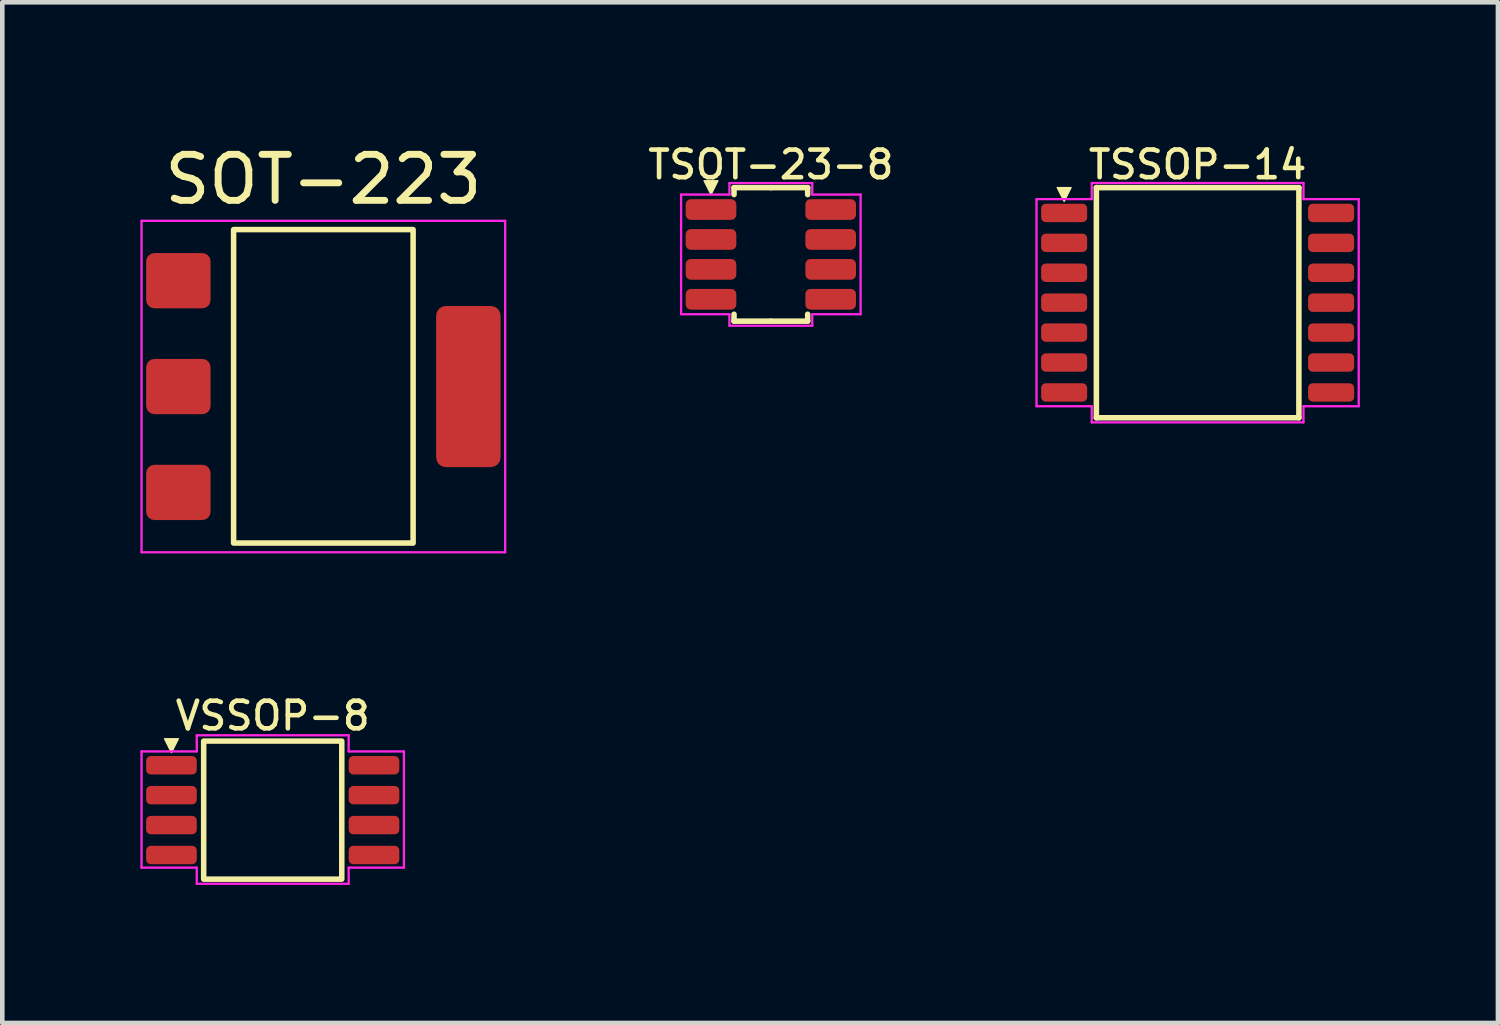
<source format=kicad_pcb>
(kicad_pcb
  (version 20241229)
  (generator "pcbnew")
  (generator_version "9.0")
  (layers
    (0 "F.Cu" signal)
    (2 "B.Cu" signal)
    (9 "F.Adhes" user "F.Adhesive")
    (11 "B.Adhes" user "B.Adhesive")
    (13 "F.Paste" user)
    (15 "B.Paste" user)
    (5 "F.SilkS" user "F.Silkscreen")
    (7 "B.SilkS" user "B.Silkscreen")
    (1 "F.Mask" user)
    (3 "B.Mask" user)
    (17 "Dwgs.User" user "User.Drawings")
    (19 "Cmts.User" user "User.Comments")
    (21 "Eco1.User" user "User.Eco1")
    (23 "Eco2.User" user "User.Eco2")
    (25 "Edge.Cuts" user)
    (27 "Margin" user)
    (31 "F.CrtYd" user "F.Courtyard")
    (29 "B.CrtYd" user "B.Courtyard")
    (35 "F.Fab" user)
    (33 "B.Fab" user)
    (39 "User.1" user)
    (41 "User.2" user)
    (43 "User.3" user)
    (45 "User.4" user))
  (footprint "TSSOP-14"
    (layer "F.Cu")
    (at 22.969 3.526)
    (property "Reference" "TSSOP-14" (at 0 -3 0) (layer "F.SilkS") (effects (font (size 0.6 0.6) (thickness 0.1))))
    (attr smd)
    (fp_line (start -2.2 -2.5) (end -2.2 2.5) (stroke (width 0.12) (type solid)) (layer "F.SilkS"))
    (fp_line (start 2.2 -2.5) (end -2.2 -2.5) (stroke (width 0.12) (type solid)) (layer "F.SilkS"))
    (fp_line (start 2.2 -2.5) (end 2.2 2.5) (stroke (width 0.12) (type solid)) (layer "F.SilkS"))
    (fp_line (start 2.2 2.5) (end -2.2 2.5) (stroke (width 0.12) (type solid)) (layer "F.SilkS"))
    (fp_poly (pts (xy -2.9 -2.2) (xy -3.05 -2.5) (xy -2.75 -2.5)) (stroke (width 0.03) (type solid)) (fill yes) (layer "F.SilkS"))
    (fp_line (start -3.5 -2.25) (end -2.3 -2.25) (stroke (width 0.05) (type solid)) (layer "F.CrtYd"))
    (fp_line (start -3.5 2.25) (end -3.5 -2.25) (stroke (width 0.05) (type solid)) (layer "F.CrtYd"))
    (fp_line (start -2.3 -2.6) (end 2.3 -2.6) (stroke (width 0.05) (type solid)) (layer "F.CrtYd"))
    (fp_line (start -2.3 -2.25) (end -2.3 -2.6) (stroke (width 0.05) (type solid)) (layer "F.CrtYd"))
    (fp_line (start -2.3 2.25) (end -3.5 2.25) (stroke (width 0.05) (type solid)) (layer "F.CrtYd"))
    (fp_line (start -2.3 2.6) (end -2.3 2.25) (stroke (width 0.05) (type solid)) (layer "F.CrtYd"))
    (fp_line (start 2.3 -2.6) (end 2.3 -2.25) (stroke (width 0.05) (type solid)) (layer "F.CrtYd"))
    (fp_line (start 2.3 -2.25) (end 3.5 -2.25) (stroke (width 0.05) (type solid)) (layer "F.CrtYd"))
    (fp_line (start 2.3 2.25) (end 2.3 2.6) (stroke (width 0.05) (type solid)) (layer "F.CrtYd"))
    (fp_line (start 2.3 2.6) (end -2.3 2.6) (stroke (width 0.05) (type solid)) (layer "F.CrtYd"))
    (fp_line (start 3.5 -2.25) (end 3.5 2.25) (stroke (width 0.05) (type solid)) (layer "F.CrtYd"))
    (fp_line (start 3.5 2.25) (end 2.3 2.25) (stroke (width 0.05) (type solid)) (layer "F.CrtYd"))
    (pad "1" smd roundrect (at -2.9 -1.95) (size 1 0.4) (layers "F.Cu" "F.Mask" "F.Paste") (roundrect_rratio 0.25))
    (pad "2" smd roundrect (at -2.9 -1.3) (size 1 0.4) (layers "F.Cu" "F.Mask" "F.Paste") (roundrect_rratio 0.25))
    (pad "3" smd roundrect (at -2.9 -0.65) (size 1 0.4) (layers "F.Cu" "F.Mask" "F.Paste") (roundrect_rratio 0.25))
    (pad "4" smd roundrect (at -2.9 0) (size 1 0.4) (layers "F.Cu" "F.Mask" "F.Paste") (roundrect_rratio 0.25))
    (pad "5" smd roundrect (at -2.9 0.65) (size 1 0.4) (layers "F.Cu" "F.Mask" "F.Paste") (roundrect_rratio 0.25))
    (pad "6" smd roundrect (at -2.9 1.3) (size 1 0.4) (layers "F.Cu" "F.Mask" "F.Paste") (roundrect_rratio 0.25))
    (pad "7" smd roundrect (at -2.9 1.95) (size 1 0.4) (layers "F.Cu" "F.Mask" "F.Paste") (roundrect_rratio 0.25))
    (pad "8" smd roundrect (at 2.9 1.95) (size 1 0.4) (layers "F.Cu" "F.Mask" "F.Paste") (roundrect_rratio 0.25))
    (pad "9" smd roundrect (at 2.9 1.3) (size 1 0.4) (layers "F.Cu" "F.Mask" "F.Paste") (roundrect_rratio 0.25))
    (pad "10" smd roundrect (at 2.9 0.65) (size 1 0.4) (layers "F.Cu" "F.Mask" "F.Paste") (roundrect_rratio 0.25))
    (pad "11" smd roundrect (at 2.9 0) (size 1 0.4) (layers "F.Cu" "F.Mask" "F.Paste") (roundrect_rratio 0.25))
    (pad "12" smd roundrect (at 2.9 -0.65) (size 1 0.4) (layers "F.Cu" "F.Mask" "F.Paste") (roundrect_rratio 0.25))
    (pad "13" smd roundrect (at 2.9 -1.3) (size 1 0.4) (layers "F.Cu" "F.Mask" "F.Paste") (roundrect_rratio 0.25))
    (pad "14" smd roundrect (at 2.9 -1.95) (size 1 0.4) (layers "F.Cu" "F.Mask" "F.Paste") (roundrect_rratio 0.25)))
  (footprint "VSSOP-8"
    (layer "F.Cu")
    (at 2.875 14.55)
    (property "Reference" "VSSOP-8" (at 0 -2.05 0) (layer "F.SilkS") (effects (font (size 0.6 0.6) (thickness 0.1))))
    (attr smd)
    (fp_rect (start -1.5 1.5) (end 1.5 -1.5) (stroke (width 0.12) (type solid)) (fill no) (layer "F.SilkS"))
    (fp_poly (pts (xy -2.2 -1.25) (xy -2.35 -1.55) (xy -2.05 -1.55)) (stroke (width 0.03) (type solid)) (fill yes) (layer "F.SilkS"))
    (fp_line (start -2.85 -1.275) (end -1.65 -1.275) (stroke (width 0.05) (type solid)) (layer "F.CrtYd"))
    (fp_line (start -2.85 1.25) (end -2.85 -1.275) (stroke (width 0.05) (type solid)) (layer "F.CrtYd"))
    (fp_line (start -1.65 -1.625) (end 1.65 -1.625) (stroke (width 0.05) (type solid)) (layer "F.CrtYd"))
    (fp_line (start -1.65 -1.275) (end -1.65 -1.625) (stroke (width 0.05) (type solid)) (layer "F.CrtYd"))
    (fp_line (start -1.65 1.25) (end -2.85 1.25) (stroke (width 0.05) (type solid)) (layer "F.CrtYd"))
    (fp_line (start -1.65 1.6) (end -1.65 1.25) (stroke (width 0.05) (type solid)) (layer "F.CrtYd"))
    (fp_line (start 1.65 -1.625) (end 1.65 -1.275) (stroke (width 0.05) (type solid)) (layer "F.CrtYd"))
    (fp_line (start 1.65 -1.275) (end 2.85 -1.275) (stroke (width 0.05) (type solid)) (layer "F.CrtYd"))
    (fp_line (start 1.65 1.25) (end 1.65 1.6) (stroke (width 0.05) (type solid)) (layer "F.CrtYd"))
    (fp_line (start 1.65 1.6) (end -1.65 1.6) (stroke (width 0.05) (type solid)) (layer "F.CrtYd"))
    (fp_line (start 2.85 -1.275) (end 2.85 1.25) (stroke (width 0.05) (type solid)) (layer "F.CrtYd"))
    (fp_line (start 2.85 1.25) (end 1.65 1.25) (stroke (width 0.05) (type solid)) (layer "F.CrtYd"))
    (pad "1" smd roundrect (at -2.2 -0.975 270) (size 0.4 1.1) (layers "F.Cu" "F.Mask" "F.Paste") (roundrect_rratio 0.25))
    (pad "2" smd roundrect (at -2.2 -0.325 270) (size 0.4 1.1) (layers "F.Cu" "F.Mask" "F.Paste") (roundrect_rratio 0.25))
    (pad "3" smd roundrect (at -2.2 0.325 270) (size 0.4 1.1) (layers "F.Cu" "F.Mask" "F.Paste") (roundrect_rratio 0.25))
    (pad "4" smd roundrect (at -2.2 0.975 270) (size 0.4 1.1) (layers "F.Cu" "F.Mask" "F.Paste") (roundrect_rratio 0.25))
    (pad "5" smd roundrect (at 2.2 0.975 270) (size 0.4 1.1) (layers "F.Cu" "F.Mask" "F.Paste") (roundrect_rratio 0.25))
    (pad "6" smd roundrect (at 2.2 0.325 270) (size 0.4 1.1) (layers "F.Cu" "F.Mask" "F.Paste") (roundrect_rratio 0.25))
    (pad "7" smd roundrect (at 2.2 -0.325 270) (size 0.4 1.1) (layers "F.Cu" "F.Mask" "F.Paste") (roundrect_rratio 0.25))
    (pad "8" smd roundrect (at 2.2 -0.975 270) (size 0.4 1.1) (layers "F.Cu" "F.Mask" "F.Paste") (roundrect_rratio 0.25)))
  (footprint "TSOT-23-8"
    (layer "F.Cu")
    (at 13.697 2.477)
    (property "Reference" "TSOT-23-8" (at 0 -1.95 0) (layer "F.SilkS") (effects (font (size 0.6 0.6) (thickness 0.1))))
    (attr smd)
    (fp_line (start -0.8 -1.3) (end -0.8 -1.45) (stroke (width 0.12) (type solid)) (layer "F.SilkS"))
    (fp_line (start -0.8 1.3) (end -0.8 1.45) (stroke (width 0.12) (type solid)) (layer "F.SilkS"))
    (fp_line (start 0 -1.45) (end -0.8 -1.45) (stroke (width 0.12) (type solid)) (layer "F.SilkS"))
    (fp_line (start 0 -1.45) (end 0.8 -1.45) (stroke (width 0.12) (type solid)) (layer "F.SilkS"))
    (fp_line (start 0 1.45) (end -0.8 1.45) (stroke (width 0.12) (type solid)) (layer "F.SilkS"))
    (fp_line (start 0 1.45) (end 0.8 1.45) (stroke (width 0.12) (type solid)) (layer "F.SilkS"))
    (fp_line (start 0.8 -1.3) (end 0.8 -1.45) (stroke (width 0.12) (type solid)) (layer "F.SilkS"))
    (fp_line (start 0.8 1.3) (end 0.8 1.45) (stroke (width 0.12) (type solid)) (layer "F.SilkS"))
    (fp_poly (pts (xy -1.3 -1.3) (xy -1.45 -1.6) (xy -1.15 -1.6)) (stroke (width 0.03) (type solid)) (fill yes) (layer "F.SilkS"))
    (fp_line (start -1.95 -1.3) (end -1.95 1.3) (stroke (width 0.05) (type solid)) (layer "F.CrtYd"))
    (fp_line (start -0.9 -1.55) (end -0.9 -1.3) (stroke (width 0.05) (type solid)) (layer "F.CrtYd"))
    (fp_line (start -0.9 -1.3) (end -1.95 -1.3) (stroke (width 0.05) (type solid)) (layer "F.CrtYd"))
    (fp_line (start -0.9 1.3) (end -1.95 1.3) (stroke (width 0.05) (type solid)) (layer "F.CrtYd"))
    (fp_line (start -0.9 1.55) (end -0.9 1.3) (stroke (width 0.05) (type solid)) (layer "F.CrtYd"))
    (fp_line (start 0.9 -1.55) (end -0.9 -1.55) (stroke (width 0.05) (type solid)) (layer "F.CrtYd"))
    (fp_line (start 0.9 -1.3) (end 0.9 -1.55) (stroke (width 0.05) (type solid)) (layer "F.CrtYd"))
    (fp_line (start 0.9 1.3) (end 0.9 1.55) (stroke (width 0.05) (type solid)) (layer "F.CrtYd"))
    (fp_line (start 0.9 1.55) (end -0.9 1.55) (stroke (width 0.05) (type solid)) (layer "F.CrtYd"))
    (fp_line (start 1.95 -1.3) (end 0.9 -1.3) (stroke (width 0.05) (type solid)) (layer "F.CrtYd"))
    (fp_line (start 1.95 1.3) (end 0.9 1.3) (stroke (width 0.05) (type solid)) (layer "F.CrtYd"))
    (fp_line (start 1.95 1.3) (end 1.95 -1.3) (stroke (width 0.05) (type solid)) (layer "F.CrtYd"))
    (pad "1" smd roundrect (at -1.3 -0.975) (size 1.1 0.45) (layers "F.Cu" "F.Mask" "F.Paste") (roundrect_rratio 0.25))
    (pad "2" smd roundrect (at -1.3 -0.325) (size 1.1 0.45) (layers "F.Cu" "F.Mask" "F.Paste") (roundrect_rratio 0.25))
    (pad "3" smd roundrect (at -1.3 0.325) (size 1.1 0.45) (layers "F.Cu" "F.Mask" "F.Paste") (roundrect_rratio 0.25))
    (pad "4" smd roundrect (at -1.3 0.975) (size 1.1 0.45) (layers "F.Cu" "F.Mask" "F.Paste") (roundrect_rratio 0.25))
    (pad "5" smd roundrect (at 1.3 0.975) (size 1.1 0.45) (layers "F.Cu" "F.Mask" "F.Paste") (roundrect_rratio 0.25))
    (pad "6" smd roundrect (at 1.3 0.325) (size 1.1 0.45) (layers "F.Cu" "F.Mask" "F.Paste") (roundrect_rratio 0.25))
    (pad "7" smd roundrect (at 1.3 -0.325) (size 1.1 0.45) (layers "F.Cu" "F.Mask" "F.Paste") (roundrect_rratio 0.25))
    (pad "8" smd roundrect (at 1.3 -0.975) (size 1.1 0.45) (layers "F.Cu" "F.Mask" "F.Paste") (roundrect_rratio 0.25)))
  (footprint "SOT-223"
    (layer "F.Cu")
    (at 3.975 5.348)
    (property "Reference" "SOT-223" (at 0 -4.5 0) (layer "F.SilkS") (effects (font (size 1 1) (thickness 0.15))))
    (attr smd)
    (fp_rect (start -1.95 -3.41) (end 1.95 3.4) (stroke (width 0.12) (type default)) (fill no) (layer "F.SilkS"))
    (fp_line (start -3.95 -3.6) (end -3.95 3.6) (stroke (width 0.05) (type solid)) (layer "F.CrtYd"))
    (fp_line (start -3.95 3.6) (end 3.95 3.6) (stroke (width 0.05) (type solid)) (layer "F.CrtYd"))
    (fp_line (start 3.95 -3.6) (end -3.95 -3.6) (stroke (width 0.05) (type solid)) (layer "F.CrtYd"))
    (fp_line (start 3.95 3.6) (end 3.95 -3.6) (stroke (width 0.05) (type solid)) (layer "F.CrtYd"))
    (pad "1" smd roundrect (at -3.15 -2.3) (size 1.4 1.2) (layers "F.Cu" "F.Mask" "F.Paste") (roundrect_rratio 0.15))
    (pad "2" smd roundrect (at -3.15 0) (size 1.4 1.2) (layers "F.Cu" "F.Mask" "F.Paste") (roundrect_rratio 0.15))
    (pad "3" smd roundrect (at -3.15 2.3) (size 1.4 1.2) (layers "F.Cu" "F.Mask" "F.Paste") (roundrect_rratio 0.15))
    (pad "4" smd roundrect (at 3.15 0) (size 1.4 3.5) (layers "F.Cu" "F.Mask" "F.Paste") (roundrect_rratio 0.15)))
  (gr_rect
    (start -3 -3)
    (end 29.494 19.175)
    (stroke (width 0.1) (type default))
    (fill no)
    (layer "Edge.Cuts")))
</source>
